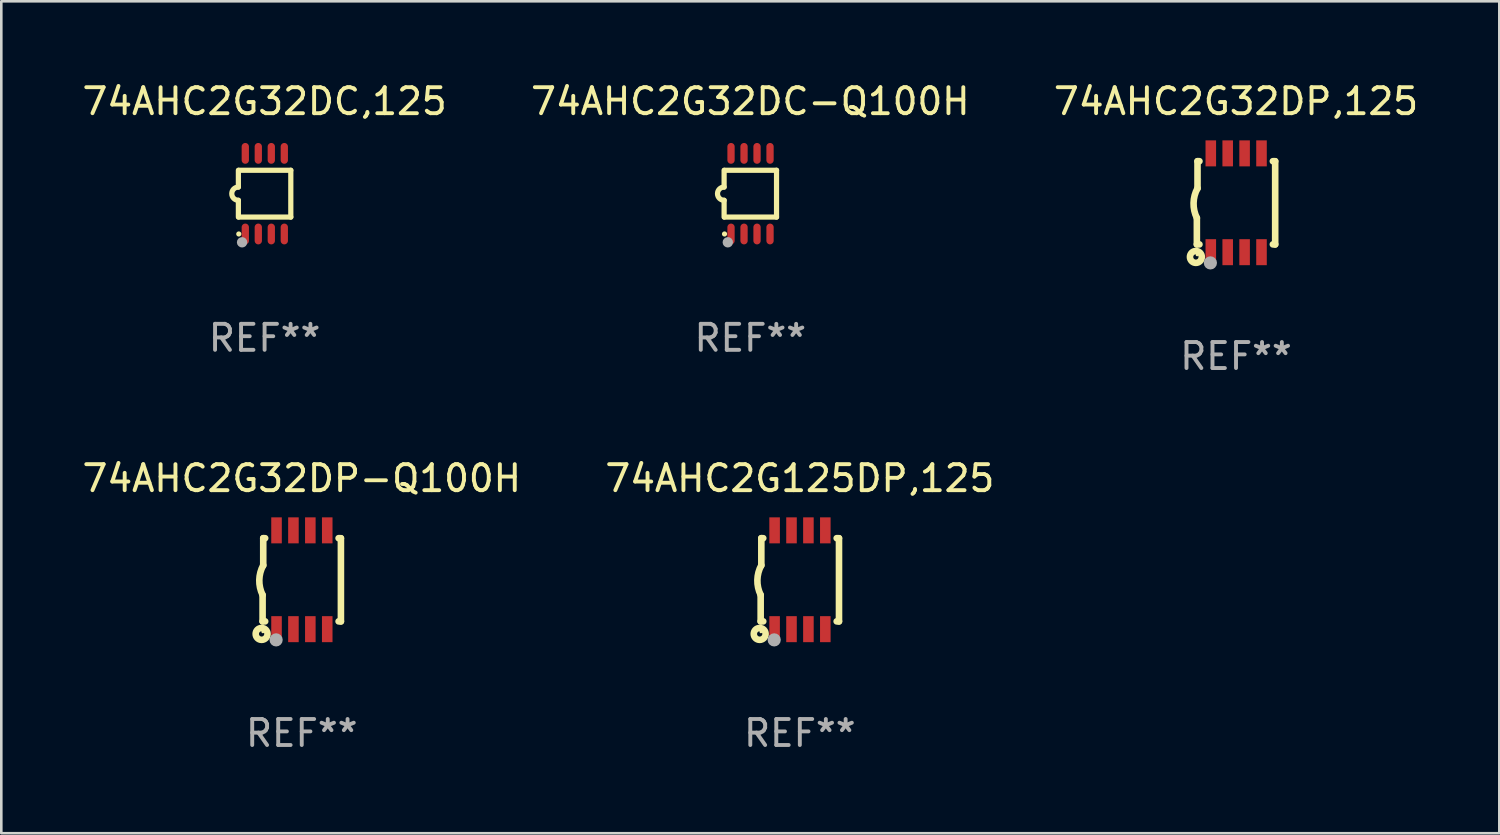
<source format=kicad_pcb>
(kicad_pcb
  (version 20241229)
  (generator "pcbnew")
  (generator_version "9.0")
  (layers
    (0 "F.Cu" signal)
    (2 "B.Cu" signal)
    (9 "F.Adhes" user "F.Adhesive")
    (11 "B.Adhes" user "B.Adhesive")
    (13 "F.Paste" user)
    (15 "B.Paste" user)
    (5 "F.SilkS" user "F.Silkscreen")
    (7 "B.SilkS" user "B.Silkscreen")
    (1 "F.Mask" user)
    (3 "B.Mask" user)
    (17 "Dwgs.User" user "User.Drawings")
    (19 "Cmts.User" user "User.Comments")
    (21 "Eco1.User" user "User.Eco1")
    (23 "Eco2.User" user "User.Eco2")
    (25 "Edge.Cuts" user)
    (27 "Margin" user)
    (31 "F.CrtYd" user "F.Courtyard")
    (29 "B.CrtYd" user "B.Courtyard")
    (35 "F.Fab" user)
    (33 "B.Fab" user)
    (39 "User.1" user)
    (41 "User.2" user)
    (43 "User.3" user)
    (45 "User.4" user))
  (footprint "74AHC2G32DP-Q100H"
    (layer "F.Cu")
    (at 8.554 19.245)
    (property "Reference" "74AHC2G32DP-Q100H" (at 0 -3.9 0) (layer "F.SilkS") (effects (font (size 1 1) (thickness 0.15))))
    (attr through_hole)
    (fp_line (start -1.506 1.6) (end -1.506 0.584) (stroke (width 0.254) (type solid)) (layer "F.SilkS"))
    (fp_line (start -1.506 1.6) (end -1.407 1.6) (stroke (width 0.254) (type solid)) (layer "F.SilkS"))
    (fp_line (start -1.481 -1.599) (end -1.481 -0.549) (stroke (width 0.254) (type solid)) (layer "F.SilkS"))
    (fp_line (start -1.481 -1.599) (end -1.407 -1.599) (stroke (width 0.254) (type solid)) (layer "F.SilkS"))
    (fp_line (start 1.417 -1.599) (end 1.506 -1.599) (stroke (width 0.254) (type solid)) (layer "F.SilkS"))
    (fp_line (start 1.417 1.6) (end 1.506 1.6) (stroke (width 0.254) (type solid)) (layer "F.SilkS"))
    (fp_line (start 1.506 1.603) (end 1.506 -1.595) (stroke (width 0.254) (type solid)) (layer "F.SilkS"))
    (fp_arc (start -1.506223 0.584328) (mid -1.632455 0.00974) (end -1.480823 -0.558674) (stroke (width 0.254001) (type solid)) (layer "F.SilkS"))
    (fp_circle (center -1.544 2.083) (end -1.443 2.083) (stroke (width 0.254) (type solid)) (fill no) (layer "F.SilkS"))
    (fp_circle (center -1.495 2) (end -1.465 2) (stroke (width 0.06) (type solid)) (fill no) (layer "F.SilkS"))
    (fp_circle (center -0.986 2.312) (end -0.859 2.312) (stroke (width 0.254) (type solid)) (fill no) (layer "F.Fab"))
    (fp_text user "REF**" (at 0 5.9 0) (layer "F.Fab") (effects (font (size 1 1) (thickness 0.15))))
    (pad "1" smd rect (at -0.97 1.9 90) (size 1 0.406) (layers "F.Cu" "F.Mask" "F.Paste"))
    (pad "2" smd rect (at -0.32 1.9 90) (size 1 0.406) (layers "F.Cu" "F.Mask" "F.Paste"))
    (pad "3" smd rect (at 0.33 1.9 90) (size 1 0.406) (layers "F.Cu" "F.Mask" "F.Paste"))
    (pad "4" smd rect (at 0.98 1.9 90) (size 1 0.406) (layers "F.Cu" "F.Mask" "F.Paste"))
    (pad "5" smd rect (at 0.98 -1.9 90) (size 1 0.406) (layers "F.Cu" "F.Mask" "F.Paste"))
    (pad "6" smd rect (at 0.33 -1.9 90) (size 1 0.406) (layers "F.Cu" "F.Mask" "F.Paste"))
    (pad "7" smd rect (at -0.32 -1.9 90) (size 1 0.406) (layers "F.Cu" "F.Mask" "F.Paste"))
    (pad "8" smd rect (at -0.97 -1.9 90) (size 1 0.406) (layers "F.Cu" "F.Mask" "F.Paste")))
  (footprint "74AHC2G32DC,125"
    (layer "F.Cu")
    (at 7.125 4.398)
    (property "Reference" "74AHC2G32DC,125" (at 0 -3.55 0) (layer "F.SilkS") (effects (font (size 1 1) (thickness 0.15))))
    (attr through_hole)
    (fp_line (start -1.008 -0.254) (end -1.008 -0.9) (stroke (width 0.2) (type solid)) (layer "F.SilkS"))
    (fp_line (start -1.008 0.254) (end -1.008 0.9) (stroke (width 0.2) (type solid)) (layer "F.SilkS"))
    (fp_line (start -0.992 0.9) (end 1.008 0.9) (stroke (width 0.2) (type solid)) (layer "F.SilkS"))
    (fp_line (start 1.008 -0.9) (end -0.992 -0.9) (stroke (width 0.2) (type solid)) (layer "F.SilkS"))
    (fp_line (start 1.008 0.9) (end 1.008 -0.9) (stroke (width 0.2) (type solid)) (layer "F.SilkS"))
    (fp_arc (start -1.008001 0.254001) (mid -1.262002 0) (end -1.008001 -0.254001) (stroke (width 0.2) (type solid)) (layer "F.SilkS"))
    (fp_circle (center -0.992 1.55) (end -0.942 1.55) (stroke (width 0.1) (type solid)) (fill no) (layer "F.SilkS"))
    (fp_circle (center -0.866 1.87) (end -0.766 1.87) (stroke (width 0.2) (type solid)) (fill no) (layer "F.Fab"))
    (fp_text user "REF**" (at 0 5.55 0) (layer "F.Fab") (effects (font (size 1 1) (thickness 0.15))))
    (pad "1" smd oval (at -0.742 1.55 270) (size 0.8 0.28) (layers "F.Cu" "F.Mask" "F.Paste"))
    (pad "2" smd oval (at -0.242 1.55 270) (size 0.8 0.28) (layers "F.Cu" "F.Mask" "F.Paste"))
    (pad "3" smd oval (at 0.258 1.55 270) (size 0.8 0.28) (layers "F.Cu" "F.Mask" "F.Paste"))
    (pad "4" smd oval (at 0.758 1.55 270) (size 0.8 0.28) (layers "F.Cu" "F.Mask" "F.Paste"))
    (pad "5" smd oval (at 0.758 -1.55 270) (size 0.8 0.28) (layers "F.Cu" "F.Mask" "F.Paste"))
    (pad "6" smd oval (at 0.258 -1.55 270) (size 0.8 0.28) (layers "F.Cu" "F.Mask" "F.Paste"))
    (pad "7" smd oval (at -0.242 -1.55 270) (size 0.8 0.28) (layers "F.Cu" "F.Mask" "F.Paste"))
    (pad "8" smd oval (at -0.742 -1.55 270) (size 0.8 0.28) (layers "F.Cu" "F.Mask" "F.Paste")))
  (footprint "74AHC2G32DC-Q100H"
    (layer "F.Cu")
    (at 25.804 4.398)
    (property "Reference" "74AHC2G32DC-Q100H" (at 0 -3.55 0) (layer "F.SilkS") (effects (font (size 1 1) (thickness 0.15))))
    (attr through_hole)
    (fp_line (start -1.008 -0.254) (end -1.008 -0.9) (stroke (width 0.2) (type solid)) (layer "F.SilkS"))
    (fp_line (start -1.008 0.254) (end -1.008 0.9) (stroke (width 0.2) (type solid)) (layer "F.SilkS"))
    (fp_line (start -0.992 0.9) (end 1.008 0.9) (stroke (width 0.2) (type solid)) (layer "F.SilkS"))
    (fp_line (start 1.008 -0.9) (end -0.992 -0.9) (stroke (width 0.2) (type solid)) (layer "F.SilkS"))
    (fp_line (start 1.008 0.9) (end 1.008 -0.9) (stroke (width 0.2) (type solid)) (layer "F.SilkS"))
    (fp_arc (start -1.008001 0.254001) (mid -1.262002 0) (end -1.008001 -0.254001) (stroke (width 0.2) (type solid)) (layer "F.SilkS"))
    (fp_circle (center -0.992 1.55) (end -0.942 1.55) (stroke (width 0.1) (type solid)) (fill no) (layer "F.SilkS"))
    (fp_circle (center -0.866 1.87) (end -0.766 1.87) (stroke (width 0.2) (type solid)) (fill no) (layer "F.Fab"))
    (fp_text user "REF**" (at 0 5.55 0) (layer "F.Fab") (effects (font (size 1 1) (thickness 0.15))))
    (pad "1" smd oval (at -0.742 1.55 270) (size 0.8 0.28) (layers "F.Cu" "F.Mask" "F.Paste"))
    (pad "2" smd oval (at -0.242 1.55 270) (size 0.8 0.28) (layers "F.Cu" "F.Mask" "F.Paste"))
    (pad "3" smd oval (at 0.258 1.55 270) (size 0.8 0.28) (layers "F.Cu" "F.Mask" "F.Paste"))
    (pad "4" smd oval (at 0.758 1.55 270) (size 0.8 0.28) (layers "F.Cu" "F.Mask" "F.Paste"))
    (pad "5" smd oval (at 0.758 -1.55 270) (size 0.8 0.28) (layers "F.Cu" "F.Mask" "F.Paste"))
    (pad "6" smd oval (at 0.258 -1.55 270) (size 0.8 0.28) (layers "F.Cu" "F.Mask" "F.Paste"))
    (pad "7" smd oval (at -0.242 -1.55 270) (size 0.8 0.28) (layers "F.Cu" "F.Mask" "F.Paste"))
    (pad "8" smd oval (at -0.742 -1.55 270) (size 0.8 0.28) (layers "F.Cu" "F.Mask" "F.Paste")))
  (footprint "74AHC2G32DP,125"
    (layer "F.Cu")
    (at 44.482 4.748)
    (property "Reference" "74AHC2G32DP,125" (at 0 -3.9 0) (layer "F.SilkS") (effects (font (size 1 1) (thickness 0.15))))
    (attr through_hole)
    (fp_line (start -1.506 1.6) (end -1.506 0.584) (stroke (width 0.254) (type solid)) (layer "F.SilkS"))
    (fp_line (start -1.506 1.6) (end -1.407 1.6) (stroke (width 0.254) (type solid)) (layer "F.SilkS"))
    (fp_line (start -1.481 -1.599) (end -1.481 -0.549) (stroke (width 0.254) (type solid)) (layer "F.SilkS"))
    (fp_line (start -1.481 -1.599) (end -1.407 -1.599) (stroke (width 0.254) (type solid)) (layer "F.SilkS"))
    (fp_line (start 1.417 -1.599) (end 1.506 -1.599) (stroke (width 0.254) (type solid)) (layer "F.SilkS"))
    (fp_line (start 1.417 1.6) (end 1.506 1.6) (stroke (width 0.254) (type solid)) (layer "F.SilkS"))
    (fp_line (start 1.506 1.603) (end 1.506 -1.595) (stroke (width 0.254) (type solid)) (layer "F.SilkS"))
    (fp_arc (start -1.506223 0.584328) (mid -1.632455 0.00974) (end -1.480823 -0.558674) (stroke (width 0.254001) (type solid)) (layer "F.SilkS"))
    (fp_circle (center -1.544 2.083) (end -1.443 2.083) (stroke (width 0.254) (type solid)) (fill no) (layer "F.SilkS"))
    (fp_circle (center -1.495 2) (end -1.465 2) (stroke (width 0.06) (type solid)) (fill no) (layer "F.SilkS"))
    (fp_circle (center -0.986 2.312) (end -0.859 2.312) (stroke (width 0.254) (type solid)) (fill no) (layer "F.Fab"))
    (fp_text user "REF**" (at 0 5.9 0) (layer "F.Fab") (effects (font (size 1 1) (thickness 0.15))))
    (pad "1" smd rect (at -0.97 1.9 90) (size 1 0.406) (layers "F.Cu" "F.Mask" "F.Paste"))
    (pad "2" smd rect (at -0.32 1.9 90) (size 1 0.406) (layers "F.Cu" "F.Mask" "F.Paste"))
    (pad "3" smd rect (at 0.33 1.9 90) (size 1 0.406) (layers "F.Cu" "F.Mask" "F.Paste"))
    (pad "4" smd rect (at 0.98 1.9 90) (size 1 0.406) (layers "F.Cu" "F.Mask" "F.Paste"))
    (pad "5" smd rect (at 0.98 -1.9 90) (size 1 0.406) (layers "F.Cu" "F.Mask" "F.Paste"))
    (pad "6" smd rect (at 0.33 -1.9 90) (size 1 0.406) (layers "F.Cu" "F.Mask" "F.Paste"))
    (pad "7" smd rect (at -0.32 -1.9 90) (size 1 0.406) (layers "F.Cu" "F.Mask" "F.Paste"))
    (pad "8" smd rect (at -0.97 -1.9 90) (size 1 0.406) (layers "F.Cu" "F.Mask" "F.Paste")))
  (footprint "74AHC2G125DP,125"
    (layer "F.Cu")
    (at 27.708 19.245)
    (property "Reference" "74AHC2G125DP,125" (at 0 -3.9 0) (layer "F.SilkS") (effects (font (size 1 1) (thickness 0.15))))
    (attr through_hole)
    (fp_line (start -1.506 1.6) (end -1.506 0.584) (stroke (width 0.254) (type solid)) (layer "F.SilkS"))
    (fp_line (start -1.506 1.6) (end -1.407 1.6) (stroke (width 0.254) (type solid)) (layer "F.SilkS"))
    (fp_line (start -1.481 -1.599) (end -1.481 -0.549) (stroke (width 0.254) (type solid)) (layer "F.SilkS"))
    (fp_line (start -1.481 -1.599) (end -1.407 -1.599) (stroke (width 0.254) (type solid)) (layer "F.SilkS"))
    (fp_line (start 1.417 -1.599) (end 1.506 -1.599) (stroke (width 0.254) (type solid)) (layer "F.SilkS"))
    (fp_line (start 1.417 1.6) (end 1.506 1.6) (stroke (width 0.254) (type solid)) (layer "F.SilkS"))
    (fp_line (start 1.506 1.603) (end 1.506 -1.595) (stroke (width 0.254) (type solid)) (layer "F.SilkS"))
    (fp_arc (start -1.506223 0.584328) (mid -1.632455 0.00974) (end -1.480823 -0.558674) (stroke (width 0.254001) (type solid)) (layer "F.SilkS"))
    (fp_circle (center -1.544 2.083) (end -1.443 2.083) (stroke (width 0.254) (type solid)) (fill no) (layer "F.SilkS"))
    (fp_circle (center -1.495 2) (end -1.465 2) (stroke (width 0.06) (type solid)) (fill no) (layer "F.SilkS"))
    (fp_circle (center -0.986 2.312) (end -0.859 2.312) (stroke (width 0.254) (type solid)) (fill no) (layer "F.Fab"))
    (fp_text user "REF**" (at 0 5.9 0) (layer "F.Fab") (effects (font (size 1 1) (thickness 0.15))))
    (pad "1" smd rect (at -0.97 1.9 90) (size 1 0.406) (layers "F.Cu" "F.Mask" "F.Paste"))
    (pad "2" smd rect (at -0.32 1.9 90) (size 1 0.406) (layers "F.Cu" "F.Mask" "F.Paste"))
    (pad "3" smd rect (at 0.33 1.9 90) (size 1 0.406) (layers "F.Cu" "F.Mask" "F.Paste"))
    (pad "4" smd rect (at 0.98 1.9 90) (size 1 0.406) (layers "F.Cu" "F.Mask" "F.Paste"))
    (pad "5" smd rect (at 0.98 -1.9 90) (size 1 0.406) (layers "F.Cu" "F.Mask" "F.Paste"))
    (pad "6" smd rect (at 0.33 -1.9 90) (size 1 0.406) (layers "F.Cu" "F.Mask" "F.Paste"))
    (pad "7" smd rect (at -0.32 -1.9 90) (size 1 0.406) (layers "F.Cu" "F.Mask" "F.Paste"))
    (pad "8" smd rect (at -0.97 -1.9 90) (size 1 0.406) (layers "F.Cu" "F.Mask" "F.Paste")))
  (gr_rect
    (start -3 -3)
    (end 54.607 28.993)
    (stroke (width 0.1) (type default))
    (fill no)
    (layer "Edge.Cuts")))
</source>
